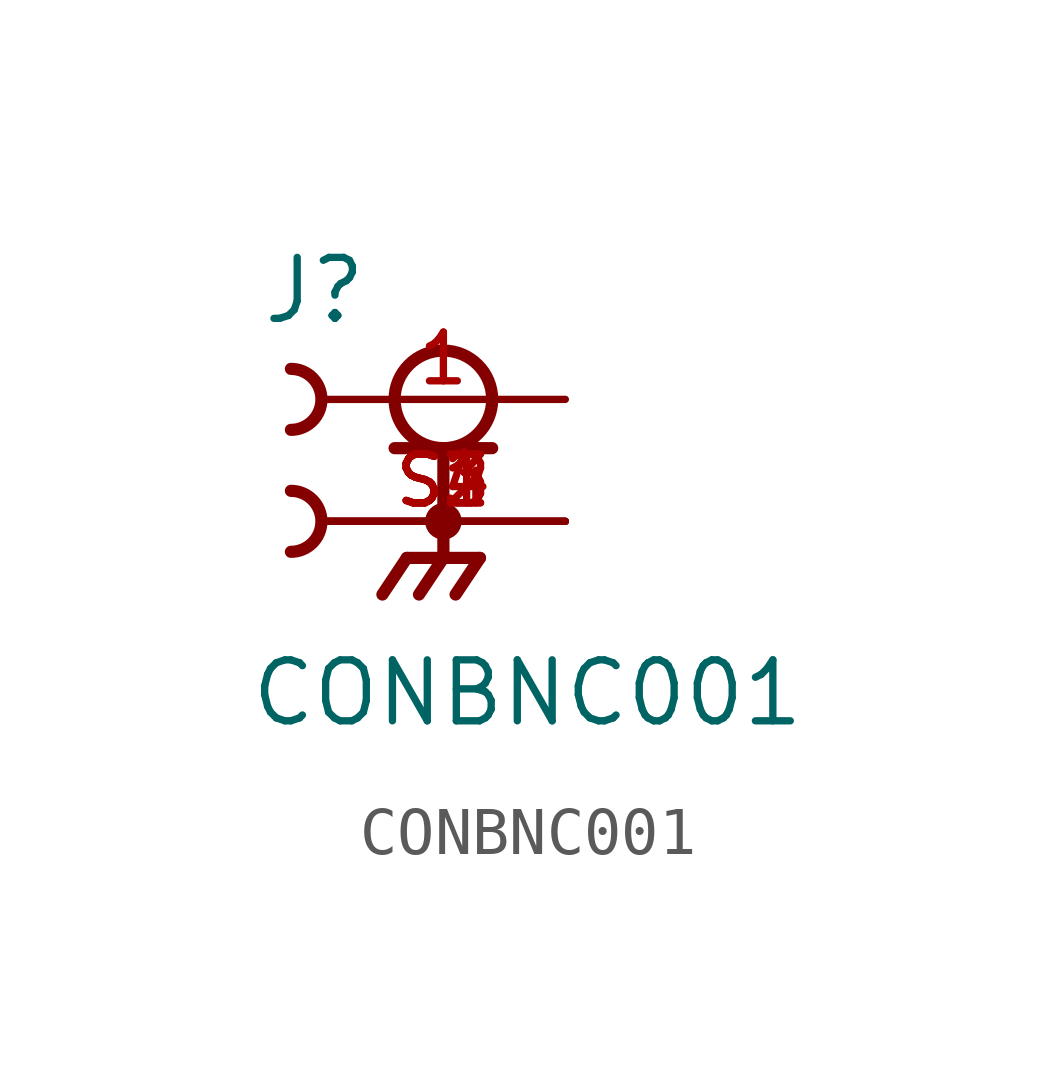
<source format=kicad_sym>
(kicad_symbol_lib
  (version 20211014)
  (generator kicad_symbol_editor)
  (symbol "CONBNC001"
    (pin_names
      (offset 1.016))
    (property "Reference" "J"
      (at -3.81 1.524 0)
      (effects (font (size 1.27 1.27)) (justify bottom left)))
    (property "Value" "CONBNC001"
      (at -4.064 -6.858 0)
      (effects (font (size 1.27 1.27)) (justify bottom left)))
    (symbol "CONBNC001_0_0"
      (circle (center 0.0 0.0) (radius 1.016) (stroke (width 0.254)) (fill (type none)))
      (polyline (pts (xy -1.016 -1.016) (xy 0.0 -1.016)) (stroke (width 0.254)))
      (polyline (pts (xy 0.0 -1.016) (xy 1.016 -1.016)) (stroke (width 0.254)))
      (polyline (pts (xy 0.0 -1.016) (xy 0.0 -3.302)) (stroke (width 0.254)))
      (circle (center 0.0 -2.54) (radius 0.254) (stroke (width 0.254)) (fill (type none)))
      (polyline (pts (xy 0.0 -3.302) (xy -0.762 -3.302)) (stroke (width 0.254)))
      (polyline (pts (xy 0.0 -3.302) (xy 0.762 -3.302)) (stroke (width 0.254)))
      (polyline (pts (xy -0.762 -3.302) (xy -1.27 -4.064)) (stroke (width 0.254)))
      (polyline (pts (xy 0.0 -3.302) (xy -0.508 -4.064)) (stroke (width 0.254)))
      (polyline (pts (xy 0.762 -3.302) (xy 0.254 -4.064)) (stroke (width 0.254)))
      (arc (start -3.175 0.635) (mid -2.54 -0.0) (end -3.175 -0.635) (stroke (width 0.254) (type default) (color 0 0 0 0)) (fill (type none)))
      (arc (start -3.175 -1.905) (mid -2.54 -2.54) (end -3.175 -3.175) (stroke (width 0.254) (type default) (color 0 0 0 0)) (fill (type none)))
      (pin passive line (at 2.54 0.0 180.0) (length 5.08) (name "~" (effects (font (size 1.016 1.016)))) (number "1" (effects (font (size 1.016 1.016)))))
      (pin passive line (at 2.54 -2.54 180.0) (length 5.08) (name "~" (effects (font (size 1.016 1.016)))) (number "S1" (effects (font (size 1.016 1.016)))))
      (pin passive line (at 2.54 -2.54 180.0) (length 5.08) (name "~" (effects (font (size 1.016 1.016)))) (number "S2" (effects (font (size 1.016 1.016)))))
      (pin passive line (at 2.54 -2.54 180.0) (length 5.08) (name "~" (effects (font (size 1.016 1.016)))) (number "S3" (effects (font (size 1.016 1.016)))))
      (pin passive line (at 2.54 -2.54 180.0) (length 5.08) (name "~" (effects (font (size 1.016 1.016)))) (number "S4" (effects (font (size 1.016 1.016))))))))
</source>
